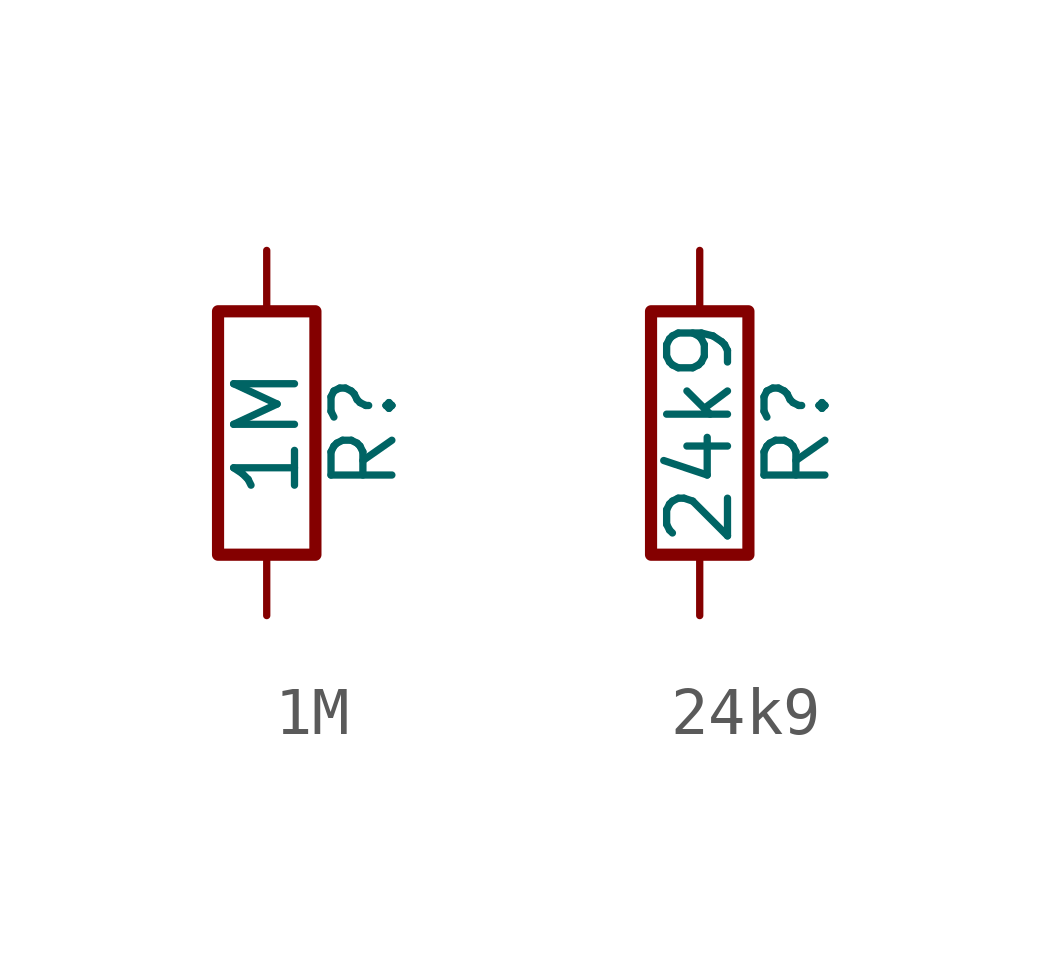
<source format=kicad_sym>
(kicad_symbol_lib
  (version 20231120)
  (generator "kicad_symbol_editor")
  (generator_version "8.0")
  (symbol "1M"
    (pin_numbers hide)
    (pin_names
      (offset 0))
    (property "Reference" "R"
      (at 2.032 0 90)
      (effects (font (size 1.27 1.27))))
    (property "Value" "1M"
      (at 0 0 90)
      (effects (font (size 1.27 1.27))))
    (symbol "1M_0_1"
      (rectangle (start -1.016 -2.54) (end 1.016 2.54) (stroke (width 0.254) (type default)) (fill (type none))))
    (symbol "1M_1_1"
      (pin passive line (at 0 3.81 270) (length 1.27) (name "~" (effects (font (size 1.27 1.27)))) (number "1" (effects (font (size 1.27 1.27)))))
      (pin passive line (at 0 -3.81 90) (length 1.27) (name "~" (effects (font (size 1.27 1.27)))) (number "2" (effects (font (size 1.27 1.27)))))))
  (symbol "24k9"
    (pin_numbers hide)
    (pin_names
      (offset 0))
    (property "Reference" "R"
      (at 2.032 0 90)
      (effects (font (size 1.27 1.27))))
    (property "Value" "24k9"
      (at 0 0 90)
      (effects (font (size 1.27 1.27))))
    (symbol "24k9_0_1"
      (rectangle (start -1.016 -2.54) (end 1.016 2.54) (stroke (width 0.254) (type default)) (fill (type none))))
    (symbol "24k9_1_1"
      (pin passive line (at 0 3.81 270) (length 1.27) (name "~" (effects (font (size 1.27 1.27)))) (number "1" (effects (font (size 1.27 1.27)))))
      (pin passive line (at 0 -3.81 90) (length 1.27) (name "~" (effects (font (size 1.27 1.27)))) (number "2" (effects (font (size 1.27 1.27))))))))
</source>
